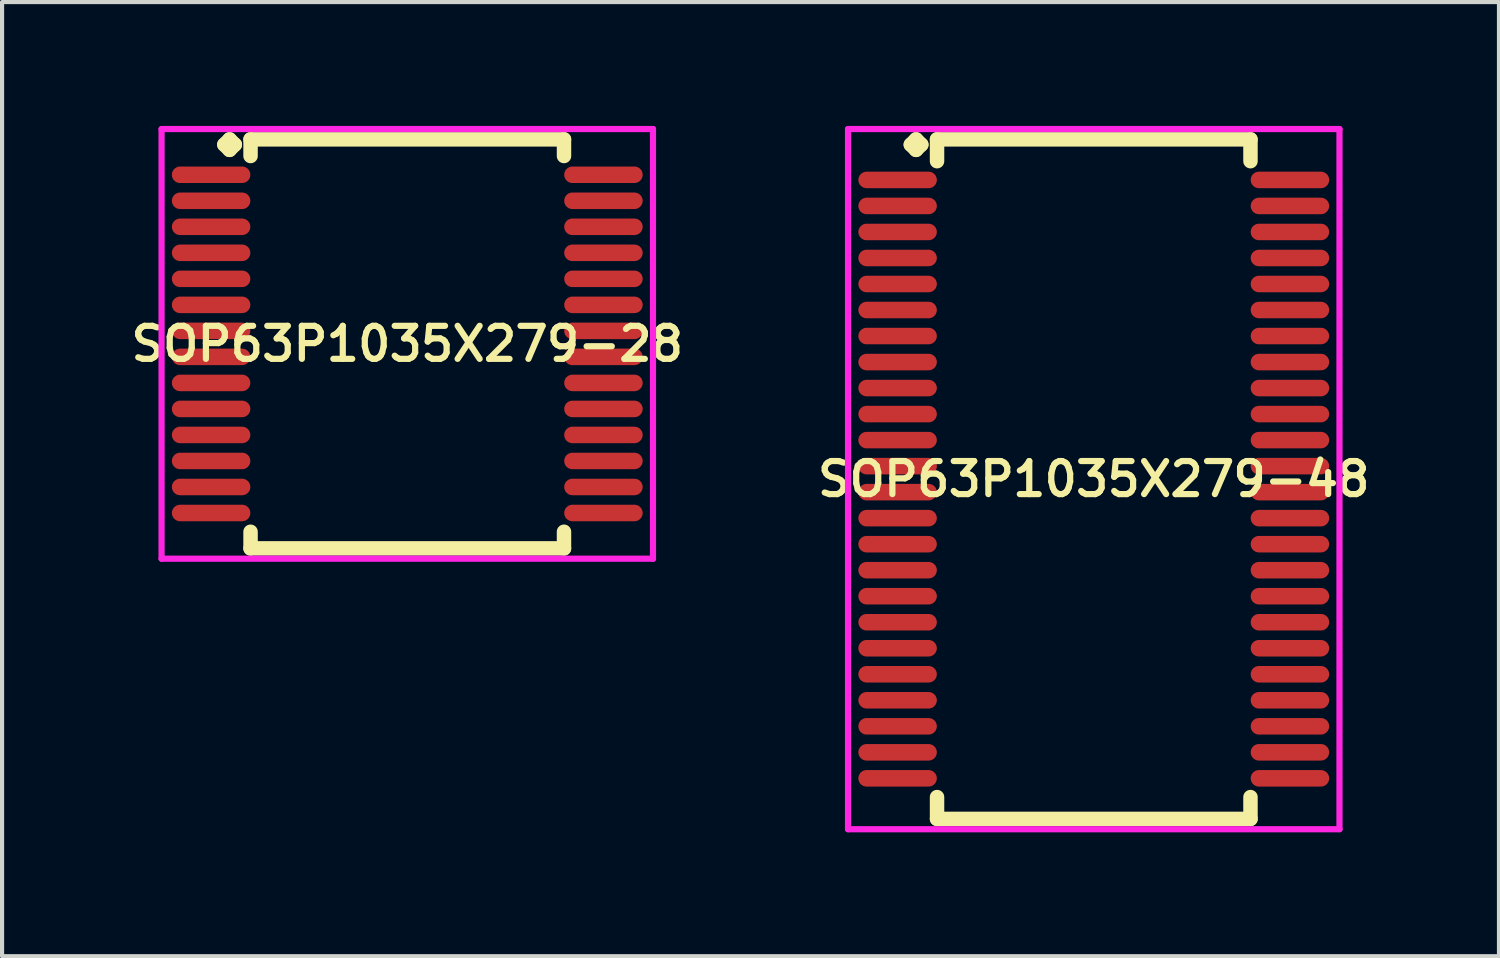
<source format=kicad_pcb>
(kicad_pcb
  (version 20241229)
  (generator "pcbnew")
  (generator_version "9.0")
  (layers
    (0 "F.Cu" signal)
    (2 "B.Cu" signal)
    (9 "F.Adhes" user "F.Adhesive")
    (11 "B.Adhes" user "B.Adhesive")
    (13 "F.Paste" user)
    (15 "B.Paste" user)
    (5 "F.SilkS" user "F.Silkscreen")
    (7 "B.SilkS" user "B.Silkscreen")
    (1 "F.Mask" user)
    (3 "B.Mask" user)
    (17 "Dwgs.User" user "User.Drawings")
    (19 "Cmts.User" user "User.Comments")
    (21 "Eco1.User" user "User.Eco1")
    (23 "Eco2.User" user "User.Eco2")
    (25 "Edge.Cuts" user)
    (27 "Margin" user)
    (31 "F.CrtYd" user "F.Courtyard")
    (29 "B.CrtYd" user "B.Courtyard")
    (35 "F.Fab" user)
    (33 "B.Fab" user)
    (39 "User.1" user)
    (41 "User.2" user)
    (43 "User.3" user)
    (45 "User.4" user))
  (footprint "SOP63P1035X279-48"
    (layer "F.Cu")
    (at 23.435 8.552)
    (property "Reference" "SOP63P1035X279-48" (at 0 0 0) (layer "F.SilkS") (effects (font (size 0.8 0.8) (thickness 0.15))))
    (attr smd)
    (fp_line (start -4.43 -8.1) (end -4.303 -8.227) (stroke (width 0.35) (type solid)) (layer "F.SilkS"))
    (fp_line (start -4.303 -8.227) (end -4.176 -8.1) (stroke (width 0.35) (type solid)) (layer "F.SilkS"))
    (fp_line (start -4.303 -7.973) (end -4.43 -8.1) (stroke (width 0.35) (type solid)) (layer "F.SilkS"))
    (fp_line (start -4.176 -8.1) (end -4.303 -7.973) (stroke (width 0.35) (type solid)) (layer "F.SilkS"))
    (fp_line (start -3.795 -8.227) (end 3.795 -8.227) (stroke (width 0.35) (type solid)) (layer "F.SilkS"))
    (fp_line (start -3.795 -7.699) (end -3.795 -8.227) (stroke (width 0.35) (type solid)) (layer "F.SilkS"))
    (fp_line (start -3.795 7.699) (end -3.795 8.227) (stroke (width 0.35) (type solid)) (layer "F.SilkS"))
    (fp_line (start -3.795 8.227) (end 3.795 8.227) (stroke (width 0.35) (type solid)) (layer "F.SilkS"))
    (fp_line (start 3.795 -8.227) (end 3.795 -7.699) (stroke (width 0.35) (type solid)) (layer "F.SilkS"))
    (fp_line (start 3.795 8.227) (end 3.795 7.699) (stroke (width 0.35) (type solid)) (layer "F.SilkS"))
    (fp_line (start -5.95 -8.477) (end 5.95 -8.477) (stroke (width 0.15) (type solid)) (layer "F.CrtYd"))
    (fp_line (start -5.95 8.477) (end -5.95 -8.477) (stroke (width 0.15) (type solid)) (layer "F.CrtYd"))
    (fp_line (start 5.95 -8.477) (end 5.95 8.477) (stroke (width 0.15) (type solid)) (layer "F.CrtYd"))
    (fp_line (start 5.95 8.477) (end -5.95 8.477) (stroke (width 0.15) (type solid)) (layer "F.CrtYd"))
    (pad "1" smd oval (at -4.75 -7.245) (size 1.9 0.4) (layers "F.Cu" "F.Mask" "F.Paste"))
    (pad "2" smd oval (at -4.75 -6.615) (size 1.9 0.4) (layers "F.Cu" "F.Mask" "F.Paste"))
    (pad "3" smd oval (at -4.75 -5.985) (size 1.9 0.4) (layers "F.Cu" "F.Mask" "F.Paste"))
    (pad "4" smd oval (at -4.75 -5.355) (size 1.9 0.4) (layers "F.Cu" "F.Mask" "F.Paste"))
    (pad "5" smd oval (at -4.75 -4.725) (size 1.9 0.4) (layers "F.Cu" "F.Mask" "F.Paste"))
    (pad "6" smd oval (at -4.75 -4.095) (size 1.9 0.4) (layers "F.Cu" "F.Mask" "F.Paste"))
    (pad "7" smd oval (at -4.75 -3.465) (size 1.9 0.4) (layers "F.Cu" "F.Mask" "F.Paste"))
    (pad "8" smd oval (at -4.75 -2.835) (size 1.9 0.4) (layers "F.Cu" "F.Mask" "F.Paste"))
    (pad "9" smd oval (at -4.75 -2.205) (size 1.9 0.4) (layers "F.Cu" "F.Mask" "F.Paste"))
    (pad "10" smd oval (at -4.75 -1.575) (size 1.9 0.4) (layers "F.Cu" "F.Mask" "F.Paste"))
    (pad "11" smd oval (at -4.75 -0.945) (size 1.9 0.4) (layers "F.Cu" "F.Mask" "F.Paste"))
    (pad "12" smd oval (at -4.75 -0.315) (size 1.9 0.4) (layers "F.Cu" "F.Mask" "F.Paste"))
    (pad "13" smd oval (at -4.75 0.315) (size 1.9 0.4) (layers "F.Cu" "F.Mask" "F.Paste"))
    (pad "14" smd oval (at -4.75 0.945) (size 1.9 0.4) (layers "F.Cu" "F.Mask" "F.Paste"))
    (pad "15" smd oval (at -4.75 1.575) (size 1.9 0.4) (layers "F.Cu" "F.Mask" "F.Paste"))
    (pad "16" smd oval (at -4.75 2.205) (size 1.9 0.4) (layers "F.Cu" "F.Mask" "F.Paste"))
    (pad "17" smd oval (at -4.75 2.835) (size 1.9 0.4) (layers "F.Cu" "F.Mask" "F.Paste"))
    (pad "18" smd oval (at -4.75 3.465) (size 1.9 0.4) (layers "F.Cu" "F.Mask" "F.Paste"))
    (pad "19" smd oval (at -4.75 4.095) (size 1.9 0.4) (layers "F.Cu" "F.Mask" "F.Paste"))
    (pad "20" smd oval (at -4.75 4.725) (size 1.9 0.4) (layers "F.Cu" "F.Mask" "F.Paste"))
    (pad "21" smd oval (at -4.75 5.355) (size 1.9 0.4) (layers "F.Cu" "F.Mask" "F.Paste"))
    (pad "22" smd oval (at -4.75 5.985) (size 1.9 0.4) (layers "F.Cu" "F.Mask" "F.Paste"))
    (pad "23" smd oval (at -4.75 6.615) (size 1.9 0.4) (layers "F.Cu" "F.Mask" "F.Paste"))
    (pad "24" smd oval (at -4.75 7.245) (size 1.9 0.4) (layers "F.Cu" "F.Mask" "F.Paste"))
    (pad "25" smd oval (at 4.75 7.245) (size 1.9 0.4) (layers "F.Cu" "F.Mask" "F.Paste"))
    (pad "26" smd oval (at 4.75 6.615) (size 1.9 0.4) (layers "F.Cu" "F.Mask" "F.Paste"))
    (pad "27" smd oval (at 4.75 5.985) (size 1.9 0.4) (layers "F.Cu" "F.Mask" "F.Paste"))
    (pad "28" smd oval (at 4.75 5.355) (size 1.9 0.4) (layers "F.Cu" "F.Mask" "F.Paste"))
    (pad "29" smd oval (at 4.75 4.725) (size 1.9 0.4) (layers "F.Cu" "F.Mask" "F.Paste"))
    (pad "30" smd oval (at 4.75 4.095) (size 1.9 0.4) (layers "F.Cu" "F.Mask" "F.Paste"))
    (pad "31" smd oval (at 4.75 3.465) (size 1.9 0.4) (layers "F.Cu" "F.Mask" "F.Paste"))
    (pad "32" smd oval (at 4.75 2.835) (size 1.9 0.4) (layers "F.Cu" "F.Mask" "F.Paste"))
    (pad "33" smd oval (at 4.75 2.205) (size 1.9 0.4) (layers "F.Cu" "F.Mask" "F.Paste"))
    (pad "34" smd oval (at 4.75 1.575) (size 1.9 0.4) (layers "F.Cu" "F.Mask" "F.Paste"))
    (pad "35" smd oval (at 4.75 0.945) (size 1.9 0.4) (layers "F.Cu" "F.Mask" "F.Paste"))
    (pad "36" smd oval (at 4.75 0.315) (size 1.9 0.4) (layers "F.Cu" "F.Mask" "F.Paste"))
    (pad "37" smd oval (at 4.75 -0.315) (size 1.9 0.4) (layers "F.Cu" "F.Mask" "F.Paste"))
    (pad "38" smd oval (at 4.75 -0.945) (size 1.9 0.4) (layers "F.Cu" "F.Mask" "F.Paste"))
    (pad "39" smd oval (at 4.75 -1.575) (size 1.9 0.4) (layers "F.Cu" "F.Mask" "F.Paste"))
    (pad "40" smd oval (at 4.75 -2.205) (size 1.9 0.4) (layers "F.Cu" "F.Mask" "F.Paste"))
    (pad "41" smd oval (at 4.75 -2.835) (size 1.9 0.4) (layers "F.Cu" "F.Mask" "F.Paste"))
    (pad "42" smd oval (at 4.75 -3.465) (size 1.9 0.4) (layers "F.Cu" "F.Mask" "F.Paste"))
    (pad "43" smd oval (at 4.75 -4.095) (size 1.9 0.4) (layers "F.Cu" "F.Mask" "F.Paste"))
    (pad "44" smd oval (at 4.75 -4.725) (size 1.9 0.4) (layers "F.Cu" "F.Mask" "F.Paste"))
    (pad "45" smd oval (at 4.75 -5.355) (size 1.9 0.4) (layers "F.Cu" "F.Mask" "F.Paste"))
    (pad "46" smd oval (at 4.75 -5.985) (size 1.9 0.4) (layers "F.Cu" "F.Mask" "F.Paste"))
    (pad "47" smd oval (at 4.75 -6.615) (size 1.9 0.4) (layers "F.Cu" "F.Mask" "F.Paste"))
    (pad "48" smd oval (at 4.75 -7.245) (size 1.9 0.4) (layers "F.Cu" "F.Mask" "F.Paste")))
  (footprint "SOP63P1035X279-28"
    (layer "F.Cu")
    (at 6.812 5.277)
    (property "Reference" "SOP63P1035X279-28" (at 0 0 0) (layer "F.SilkS") (effects (font (size 0.8 0.8) (thickness 0.15))))
    (attr smd)
    (fp_line (start -4.43 -4.825) (end -4.303 -4.952) (stroke (width 0.35) (type solid)) (layer "F.SilkS"))
    (fp_line (start -4.303 -4.952) (end -4.176 -4.825) (stroke (width 0.35) (type solid)) (layer "F.SilkS"))
    (fp_line (start -4.303 -4.698) (end -4.43 -4.825) (stroke (width 0.35) (type solid)) (layer "F.SilkS"))
    (fp_line (start -4.176 -4.825) (end -4.303 -4.698) (stroke (width 0.35) (type solid)) (layer "F.SilkS"))
    (fp_line (start -3.795 -4.952) (end 3.795 -4.952) (stroke (width 0.35) (type solid)) (layer "F.SilkS"))
    (fp_line (start -3.795 -4.549) (end -3.795 -4.952) (stroke (width 0.35) (type solid)) (layer "F.SilkS"))
    (fp_line (start -3.795 4.549) (end -3.795 4.952) (stroke (width 0.35) (type solid)) (layer "F.SilkS"))
    (fp_line (start -3.795 4.952) (end 3.795 4.952) (stroke (width 0.35) (type solid)) (layer "F.SilkS"))
    (fp_line (start 3.795 -4.952) (end 3.795 -4.549) (stroke (width 0.35) (type solid)) (layer "F.SilkS"))
    (fp_line (start 3.795 4.952) (end 3.795 4.549) (stroke (width 0.35) (type solid)) (layer "F.SilkS"))
    (fp_line (start -5.95 -5.202) (end 5.95 -5.202) (stroke (width 0.15) (type solid)) (layer "F.CrtYd"))
    (fp_line (start -5.95 5.202) (end -5.95 -5.202) (stroke (width 0.15) (type solid)) (layer "F.CrtYd"))
    (fp_line (start 5.95 -5.202) (end 5.95 5.202) (stroke (width 0.15) (type solid)) (layer "F.CrtYd"))
    (fp_line (start 5.95 5.202) (end -5.95 5.202) (stroke (width 0.15) (type solid)) (layer "F.CrtYd"))
    (pad "1" smd oval (at -4.75 -4.095) (size 1.9 0.4) (layers "F.Cu" "F.Mask" "F.Paste"))
    (pad "2" smd oval (at -4.75 -3.465) (size 1.9 0.4) (layers "F.Cu" "F.Mask" "F.Paste"))
    (pad "3" smd oval (at -4.75 -2.835) (size 1.9 0.4) (layers "F.Cu" "F.Mask" "F.Paste"))
    (pad "4" smd oval (at -4.75 -2.205) (size 1.9 0.4) (layers "F.Cu" "F.Mask" "F.Paste"))
    (pad "5" smd oval (at -4.75 -1.575) (size 1.9 0.4) (layers "F.Cu" "F.Mask" "F.Paste"))
    (pad "6" smd oval (at -4.75 -0.945) (size 1.9 0.4) (layers "F.Cu" "F.Mask" "F.Paste"))
    (pad "7" smd oval (at -4.75 -0.315) (size 1.9 0.4) (layers "F.Cu" "F.Mask" "F.Paste"))
    (pad "8" smd oval (at -4.75 0.315) (size 1.9 0.4) (layers "F.Cu" "F.Mask" "F.Paste"))
    (pad "9" smd oval (at -4.75 0.945) (size 1.9 0.4) (layers "F.Cu" "F.Mask" "F.Paste"))
    (pad "10" smd oval (at -4.75 1.575) (size 1.9 0.4) (layers "F.Cu" "F.Mask" "F.Paste"))
    (pad "11" smd oval (at -4.75 2.205) (size 1.9 0.4) (layers "F.Cu" "F.Mask" "F.Paste"))
    (pad "12" smd oval (at -4.75 2.835) (size 1.9 0.4) (layers "F.Cu" "F.Mask" "F.Paste"))
    (pad "13" smd oval (at -4.75 3.465) (size 1.9 0.4) (layers "F.Cu" "F.Mask" "F.Paste"))
    (pad "14" smd oval (at -4.75 4.095) (size 1.9 0.4) (layers "F.Cu" "F.Mask" "F.Paste"))
    (pad "15" smd oval (at 4.75 4.095) (size 1.9 0.4) (layers "F.Cu" "F.Mask" "F.Paste"))
    (pad "16" smd oval (at 4.75 3.465) (size 1.9 0.4) (layers "F.Cu" "F.Mask" "F.Paste"))
    (pad "17" smd oval (at 4.75 2.835) (size 1.9 0.4) (layers "F.Cu" "F.Mask" "F.Paste"))
    (pad "18" smd oval (at 4.75 2.205) (size 1.9 0.4) (layers "F.Cu" "F.Mask" "F.Paste"))
    (pad "19" smd oval (at 4.75 1.575) (size 1.9 0.4) (layers "F.Cu" "F.Mask" "F.Paste"))
    (pad "20" smd oval (at 4.75 0.945) (size 1.9 0.4) (layers "F.Cu" "F.Mask" "F.Paste"))
    (pad "21" smd oval (at 4.75 0.315) (size 1.9 0.4) (layers "F.Cu" "F.Mask" "F.Paste"))
    (pad "22" smd oval (at 4.75 -0.315) (size 1.9 0.4) (layers "F.Cu" "F.Mask" "F.Paste"))
    (pad "23" smd oval (at 4.75 -0.945) (size 1.9 0.4) (layers "F.Cu" "F.Mask" "F.Paste"))
    (pad "24" smd oval (at 4.75 -1.575) (size 1.9 0.4) (layers "F.Cu" "F.Mask" "F.Paste"))
    (pad "25" smd oval (at 4.75 -2.205) (size 1.9 0.4) (layers "F.Cu" "F.Mask" "F.Paste"))
    (pad "26" smd oval (at 4.75 -2.835) (size 1.9 0.4) (layers "F.Cu" "F.Mask" "F.Paste"))
    (pad "27" smd oval (at 4.75 -3.465) (size 1.9 0.4) (layers "F.Cu" "F.Mask" "F.Paste"))
    (pad "28" smd oval (at 4.75 -4.095) (size 1.9 0.4) (layers "F.Cu" "F.Mask" "F.Paste")))
  (gr_rect
    (start -3 -3)
    (end 33.247 20.104)
    (stroke (width 0.1) (type default))
    (fill no)
    (layer "Edge.Cuts")))
</source>
